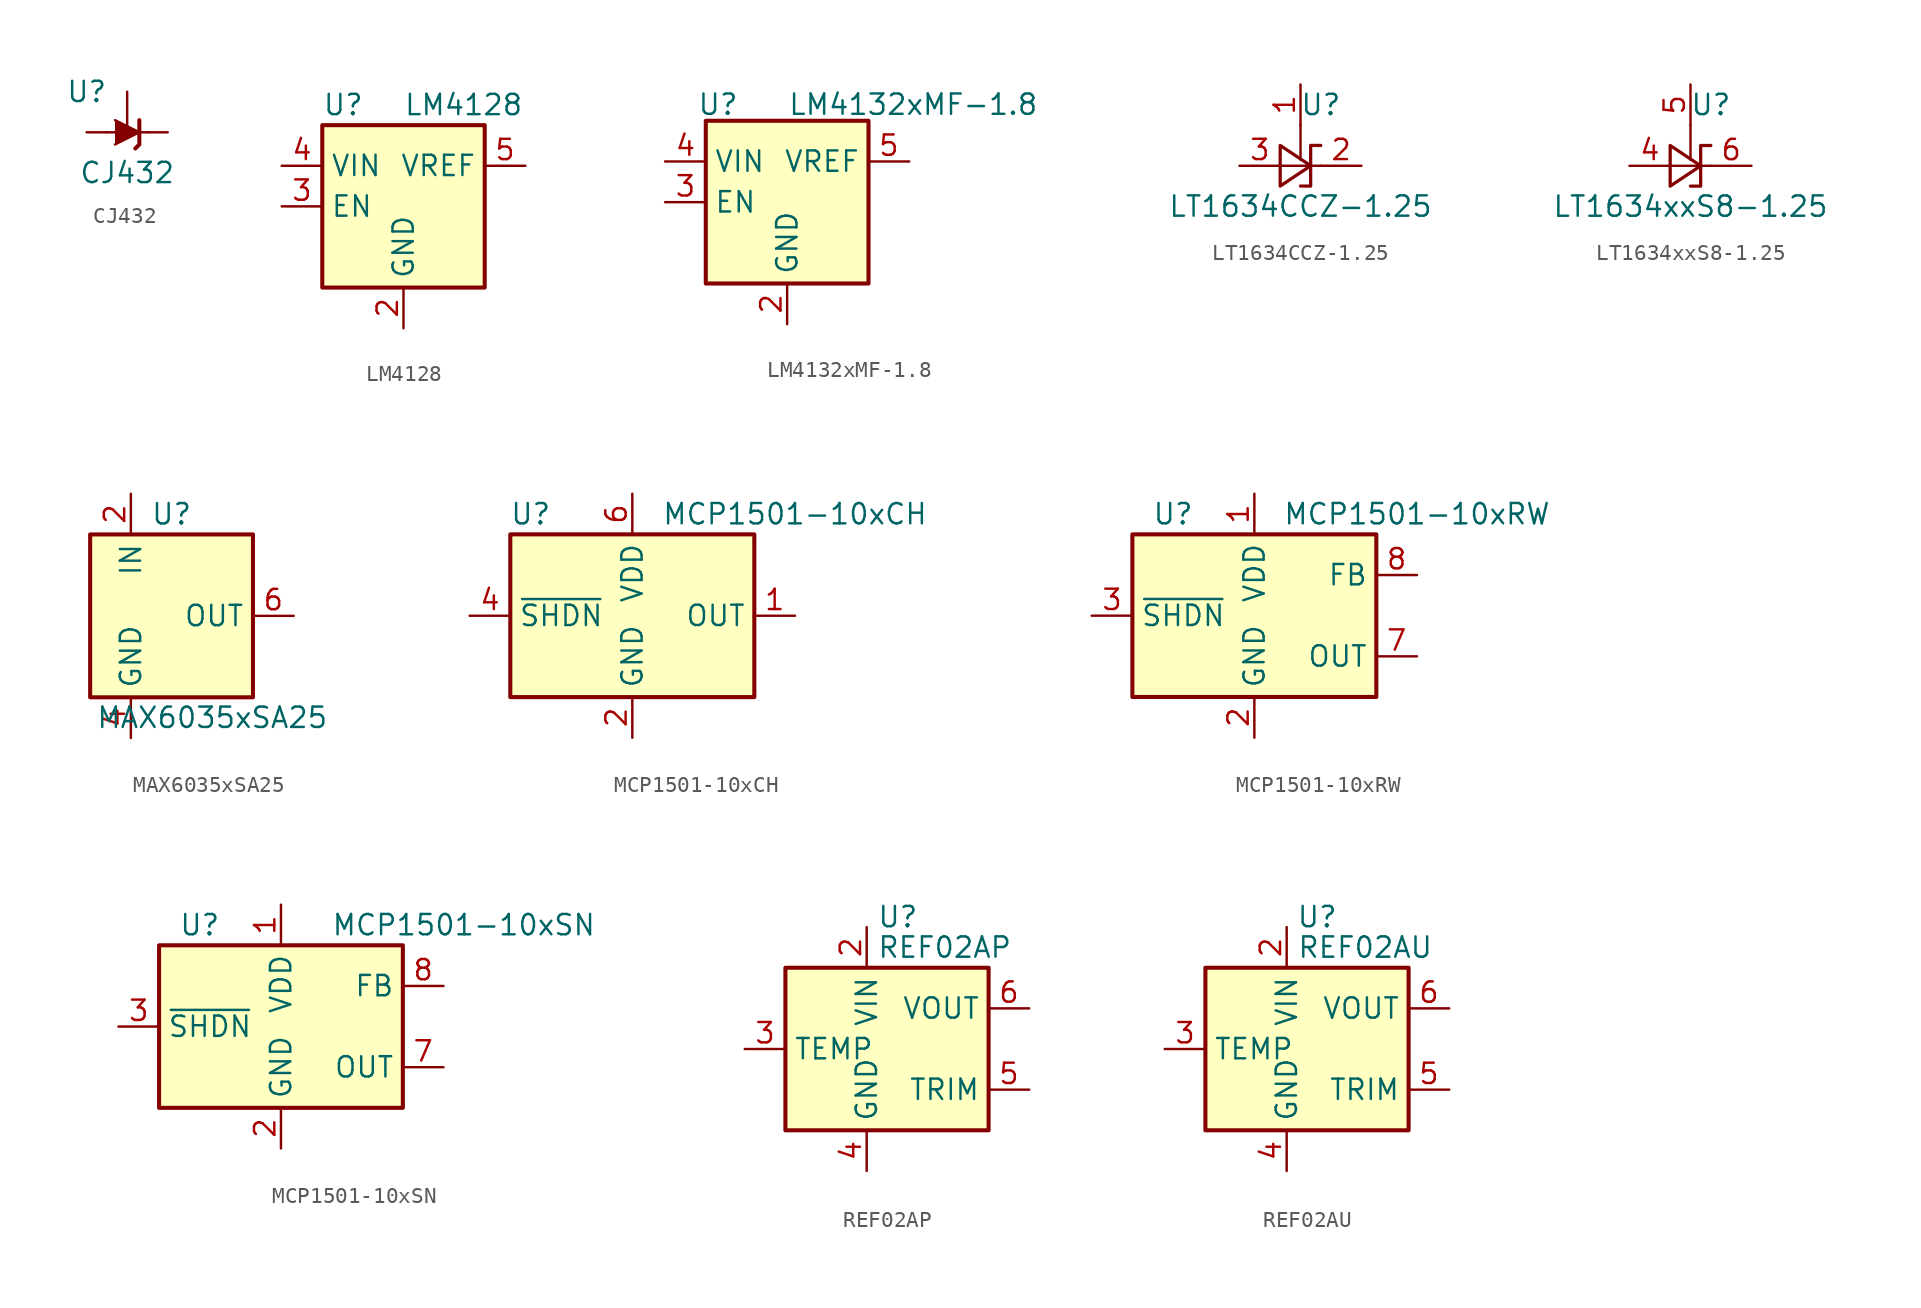
<source format=kicad_sym>
(kicad_symbol_lib
  (version 20201005)
  (generator kicad_symbol_editor)
  (symbol "CJ432"
    (pin_numbers hide)
    (pin_names hide)
    (property "Reference" "U"
      (at -2.54 2.54 0)
      (effects (font (size 1.27 1.27))))
    (property "Value" "CJ432"
      (at 0 -2.54 0)
      (effects (font (size 1.27 1.27))))
    (symbol "CJ432_0_1"
      (polyline (pts (xy -1.27 0) (xy 0 0) (xy 1.27 0)) (stroke (width 0)) (fill (type none)))
      (polyline (pts (xy 0.508 -1.016) (xy 0.762 -0.762) (xy 0.762 0.762) (xy 0.762 0.762)) (stroke (width 0.254)) (fill (type none)))
      (polyline (pts (xy -0.762 0.762) (xy 0.762 0) (xy -0.762 -0.762)) (stroke (width 0)) (fill (type outline))))
    (symbol "CJ432_1_1"
      (pin passive line (at 0 2.54 270) (length 2.54) (name "REF" (effects (font (size 1.27 1.27)))) (number "1" (effects (font (size 1.27 1.27)))))
      (pin passive line (at 2.54 0 180) (length 1.27) (name "K" (effects (font (size 1.27 1.27)))) (number "2" (effects (font (size 1.27 1.27)))))
      (pin passive line (at -2.54 0 0) (length 1.27) (name "A" (effects (font (size 1.27 1.27)))) (number "3" (effects (font (size 1.27 1.27)))))))
  (symbol "LM4128"
    (property "Reference" "U"
      (at -5.08 6.35 0)
      (effects (font (size 1.27 1.27)) (justify left)))
    (property "Value" "LM4128"
      (at 0 6.35 0)
      (effects (font (size 1.27 1.27)) (justify left)))
    (symbol "LM4128_0_1"
      (rectangle (start -5.08 5.08) (end 5.08 -5.08) (stroke (width 0.254)) (fill (type background))))
    (symbol "LM4128_1_1"
      (pin no_connect line (at 5.08 0 180) (length 2.54) hide (name "NC" (effects (font (size 1.27 1.27)))) (number "1" (effects (font (size 1.27 1.27)))))
      (pin power_in line (at 0 -7.62 90) (length 2.54) (name "GND" (effects (font (size 1.27 1.27)))) (number "2" (effects (font (size 1.27 1.27)))))
      (pin input line (at -7.62 0 0) (length 2.54) (name "EN" (effects (font (size 1.27 1.27)))) (number "3" (effects (font (size 1.27 1.27)))))
      (pin power_in line (at -7.62 2.54 0) (length 2.54) (name "VIN" (effects (font (size 1.27 1.27)))) (number "4" (effects (font (size 1.27 1.27)))))
      (pin power_out line (at 7.62 2.54 180) (length 2.54) (name "VREF" (effects (font (size 1.27 1.27)))) (number "5" (effects (font (size 1.27 1.27)))))))
  (symbol "LM4132xMF-1.8"
    (property "Reference" "U"
      (at -4.318 6.096 0)
      (effects (font (size 1.27 1.27))))
    (property "Value" "LM4132xMF-1.8"
      (at 7.874 6.096 0)
      (effects (font (size 1.27 1.27))))
    (symbol "LM4132xMF-1.8_0_1"
      (rectangle (start -5.08 5.08) (end 5.08 -5.08) (stroke (width 0.254)) (fill (type background))))
    (symbol "LM4132xMF-1.8_1_1"
      (pin no_connect line (at 5.08 0 180) (length 2.54) hide (name "NC" (effects (font (size 1.27 1.27)))) (number "1" (effects (font (size 1.27 1.27)))))
      (pin power_in line (at 0 -7.62 90) (length 2.54) (name "GND" (effects (font (size 1.27 1.27)))) (number "2" (effects (font (size 1.27 1.27)))))
      (pin input line (at -7.62 0 0) (length 2.54) (name "EN" (effects (font (size 1.27 1.27)))) (number "3" (effects (font (size 1.27 1.27)))))
      (pin power_in line (at -7.62 2.54 0) (length 2.54) (name "VIN" (effects (font (size 1.27 1.27)))) (number "4" (effects (font (size 1.27 1.27)))))
      (pin power_out line (at 7.62 2.54 180) (length 2.54) (name "VREF" (effects (font (size 1.27 1.27)))) (number "5" (effects (font (size 1.27 1.27)))))))
  (symbol "LT1634CCZ-1.25"
    (pin_names hide)
    (property "Reference" "U"
      (at 1.27 3.81 0)
      (effects (font (size 1.27 1.27))))
    (property "Value" "LT1634CCZ-1.25"
      (at 0 -2.54 0)
      (effects (font (size 1.27 1.27))))
    (symbol "LT1634CCZ-1.25_1_1"
      (polyline (pts (xy 0 2.54) (xy 0 0.381)) (stroke (width 0)) (fill (type none)))
      (polyline (pts (xy -1.27 0) (xy 0 0) (xy 1.27 0)) (stroke (width 0)) (fill (type none)))
      (polyline (pts (xy -1.27 -1.27) (xy 0.635 0) (xy -1.27 1.27) (xy -1.27 -1.27)) (stroke (width 0.203)) (fill (type none)))
      (polyline (pts (xy 0 -1.27) (xy 0.635 -1.27) (xy 0.635 1.27) (xy 1.27 1.27)) (stroke (width 0.203)) (fill (type none)))
      (pin input line (at 0 5.08 270) (length 2.54) (name "Test" (effects (font (size 1.27 1.27)))) (number "1" (effects (font (size 1.27 1.27)))))
      (pin passive line (at 3.81 0 180) (length 2.54) (name "K" (effects (font (size 1.27 1.27)))) (number "2" (effects (font (size 1.27 1.27)))))
      (pin passive line (at -3.81 0 0) (length 2.54) (name "A" (effects (font (size 1.27 1.27)))) (number "3" (effects (font (size 1.27 1.27)))))))
  (symbol "LT1634xxS8-1.25"
    (pin_names hide)
    (property "Reference" "U"
      (at 1.27 3.81 0)
      (effects (font (size 1.27 1.27))))
    (property "Value" "LT1634xxS8-1.25"
      (at 0 -2.54 0)
      (effects (font (size 1.27 1.27))))
    (symbol "LT1634xxS8-1.25_1_1"
      (polyline (pts (xy 0 2.54) (xy 0 0.381)) (stroke (width 0)) (fill (type none)))
      (polyline (pts (xy -1.27 0) (xy 0 0) (xy 1.27 0)) (stroke (width 0)) (fill (type none)))
      (polyline (pts (xy -1.27 -1.27) (xy 0.635 0) (xy -1.27 1.27) (xy -1.27 -1.27)) (stroke (width 0.203)) (fill (type none)))
      (polyline (pts (xy 0 -1.27) (xy 0.635 -1.27) (xy 0.635 1.27) (xy 1.27 1.27)) (stroke (width 0.203)) (fill (type none)))
      (pin passive line (at -3.81 0 0) (length 2.54) (name "A" (effects (font (size 1.27 1.27)))) (number "4" (effects (font (size 1.27 1.27)))))
      (pin input line (at 0 5.08 270) (length 2.54) (name "Test" (effects (font (size 1.27 1.27)))) (number "5" (effects (font (size 1.27 1.27)))))
      (pin passive line (at 3.81 0 180) (length 2.54) (name "K" (effects (font (size 1.27 1.27)))) (number "6" (effects (font (size 1.27 1.27)))))))
  (symbol "MAX6035xSA25"
    (property "Reference" "U"
      (at 0 6.35 0)
      (effects (font (size 1.27 1.27))))
    (property "Value" "MAX6035xSA25"
      (at 2.54 -6.35 0)
      (effects (font (size 1.27 1.27))))
    (symbol "MAX6035xSA25_0_0"
      (pin no_connect line (at -5.08 0 0) (length 2.54) hide (name "NC" (effects (font (size 1.27 1.27)))) (number "3" (effects (font (size 1.27 1.27)))))
      (pin no_connect line (at 5.08 2.54 180) (length 2.54) hide (name "NC" (effects (font (size 1.27 1.27)))) (number "7" (effects (font (size 1.27 1.27)))))
      (pin no_connect line (at 5.08 -2.54 180) (length 2.54) hide (name "NC" (effects (font (size 1.27 1.27)))) (number "8" (effects (font (size 1.27 1.27))))))
    (symbol "MAX6035xSA25_0_1"
      (rectangle (start -5.08 5.08) (end 5.08 -5.08) (stroke (width 0.254)) (fill (type background))))
    (symbol "MAX6035xSA25_1_1"
      (pin no_connect line (at -5.08 2.54 0) (length 2.54) hide (name "NC" (effects (font (size 1.27 1.27)))) (number "1" (effects (font (size 1.27 1.27)))))
      (pin power_in line (at -2.54 7.62 270) (length 2.54) (name "IN" (effects (font (size 1.27 1.27)))) (number "2" (effects (font (size 1.27 1.27)))))
      (pin power_in line (at -2.54 -7.62 90) (length 2.54) (name "GND" (effects (font (size 1.27 1.27)))) (number "4" (effects (font (size 1.27 1.27)))))
      (pin no_connect line (at -5.08 -2.54 0) (length 2.54) hide (name "NC" (effects (font (size 1.27 1.27)))) (number "5" (effects (font (size 1.27 1.27)))))
      (pin power_out line (at 7.62 0 180) (length 2.54) (name "OUT" (effects (font (size 1.27 1.27)))) (number "6" (effects (font (size 1.27 1.27)))))))
  (symbol "MCP1501-10xCH"
    (property "Reference" "U"
      (at -6.35 6.35 0)
      (effects (font (size 1.27 1.27))))
    (property "Value" "MCP1501-10xCH"
      (at 10.16 6.35 0)
      (effects (font (size 1.27 1.27))))
    (symbol "MCP1501-10xCH_0_0"
      (pin power_out line (at 10.16 0 180) (length 2.54) (name "OUT" (effects (font (size 1.27 1.27)))) (number "1" (effects (font (size 1.27 1.27)))))
      (pin power_in line (at 0 -7.62 90) (length 2.54) (name "GND" (effects (font (size 1.27 1.27)))) (number "2" (effects (font (size 1.27 1.27)))))
      (pin passive line (at 0 -7.62 90) (length 2.54) hide (name "GND" (effects (font (size 1.27 1.27)))) (number "3" (effects (font (size 1.27 1.27)))))
      (pin input line (at -10.16 0 0) (length 2.54) (name "~SHDN" (effects (font (size 1.27 1.27)))) (number "4" (effects (font (size 1.27 1.27)))))
      (pin passive line (at 0 -7.62 90) (length 2.54) hide (name "GND" (effects (font (size 1.27 1.27)))) (number "5" (effects (font (size 1.27 1.27)))))
      (pin power_in line (at 0 7.62 270) (length 2.54) (name "VDD" (effects (font (size 1.27 1.27)))) (number "6" (effects (font (size 1.27 1.27))))))
    (symbol "MCP1501-10xCH_0_1"
      (rectangle (start -7.62 5.08) (end 7.62 -5.08) (stroke (width 0.254)) (fill (type background)))))
  (symbol "MCP1501-10xRW"
    (property "Reference" "U"
      (at -5.08 6.35 0)
      (effects (font (size 1.27 1.27))))
    (property "Value" "MCP1501-10xRW"
      (at 10.16 6.35 0)
      (effects (font (size 1.27 1.27))))
    (symbol "MCP1501-10xRW_0_0"
      (pin power_in line (at 0 7.62 270) (length 2.54) (name "VDD" (effects (font (size 1.27 1.27)))) (number "1" (effects (font (size 1.27 1.27)))))
      (pin power_in line (at 0 -7.62 90) (length 2.54) (name "GND" (effects (font (size 1.27 1.27)))) (number "2" (effects (font (size 1.27 1.27)))))
      (pin input line (at -10.16 0 0) (length 2.54) (name "~SHDN" (effects (font (size 1.27 1.27)))) (number "3" (effects (font (size 1.27 1.27)))))
      (pin passive line (at 0 -7.62 90) (length 2.54) hide (name "GND" (effects (font (size 1.27 1.27)))) (number "4" (effects (font (size 1.27 1.27)))))
      (pin passive line (at 0 -7.62 90) (length 2.54) hide (name "GND" (effects (font (size 1.27 1.27)))) (number "5" (effects (font (size 1.27 1.27)))))
      (pin passive line (at 0 -7.62 90) (length 2.54) hide (name "GND" (effects (font (size 1.27 1.27)))) (number "6" (effects (font (size 1.27 1.27)))))
      (pin power_out line (at 10.16 -2.54 180) (length 2.54) (name "OUT" (effects (font (size 1.27 1.27)))) (number "7" (effects (font (size 1.27 1.27)))))
      (pin input line (at 10.16 2.54 180) (length 2.54) (name "FB" (effects (font (size 1.27 1.27)))) (number "8" (effects (font (size 1.27 1.27))))))
    (symbol "MCP1501-10xRW_0_1"
      (rectangle (start -7.62 5.08) (end 7.62 -5.08) (stroke (width 0.254)) (fill (type background)))))
  (symbol "MCP1501-10xSN"
    (property "Reference" "U"
      (at -5.08 6.35 0)
      (effects (font (size 1.27 1.27))))
    (property "Value" "MCP1501-10xSN"
      (at 11.43 6.35 0)
      (effects (font (size 1.27 1.27))))
    (symbol "MCP1501-10xSN_0_0"
      (pin power_in line (at 0 7.62 270) (length 2.54) (name "VDD" (effects (font (size 1.27 1.27)))) (number "1" (effects (font (size 1.27 1.27)))))
      (pin power_in line (at 0 -7.62 90) (length 2.54) (name "GND" (effects (font (size 1.27 1.27)))) (number "2" (effects (font (size 1.27 1.27)))))
      (pin input line (at -10.16 0 0) (length 2.54) (name "~SHDN" (effects (font (size 1.27 1.27)))) (number "3" (effects (font (size 1.27 1.27)))))
      (pin passive line (at 0 -7.62 90) (length 2.54) hide (name "GND" (effects (font (size 1.27 1.27)))) (number "4" (effects (font (size 1.27 1.27)))))
      (pin passive line (at 0 -7.62 90) (length 2.54) hide (name "GND" (effects (font (size 1.27 1.27)))) (number "5" (effects (font (size 1.27 1.27)))))
      (pin passive line (at 0 -7.62 90) (length 2.54) hide (name "GND" (effects (font (size 1.27 1.27)))) (number "6" (effects (font (size 1.27 1.27)))))
      (pin power_out line (at 10.16 -2.54 180) (length 2.54) (name "OUT" (effects (font (size 1.27 1.27)))) (number "7" (effects (font (size 1.27 1.27)))))
      (pin input line (at 10.16 2.54 180) (length 2.54) (name "FB" (effects (font (size 1.27 1.27)))) (number "8" (effects (font (size 1.27 1.27))))))
    (symbol "MCP1501-10xSN_0_1"
      (rectangle (start -7.62 5.08) (end 7.62 -5.08) (stroke (width 0.254)) (fill (type background)))))
  (symbol "REF02AP"
    (property "Reference" "U"
      (at 0.635 8.255 0)
      (effects (font (size 1.27 1.27)) (justify left)))
    (property "Value" "REF02AP"
      (at 0.635 6.35 0)
      (effects (font (size 1.27 1.27)) (justify left)))
    (symbol "REF02AP_0_1"
      (rectangle (start -5.08 5.08) (end 7.62 -5.08) (stroke (width 0.254)) (fill (type background))))
    (symbol "REF02AP_1_1"
      (pin no_connect line (at 2.54 -5.08 90) (length 2.54) hide (name "NC" (effects (font (size 1.27 1.27)))) (number "1" (effects (font (size 1.27 1.27)))))
      (pin power_in line (at 0 7.62 270) (length 2.54) (name "VIN" (effects (font (size 1.27 1.27)))) (number "2" (effects (font (size 1.27 1.27)))))
      (pin passive line (at -7.62 0 0) (length 2.54) (name "TEMP" (effects (font (size 1.27 1.27)))) (number "3" (effects (font (size 1.27 1.27)))))
      (pin power_in line (at 0 -7.62 90) (length 2.54) (name "GND" (effects (font (size 1.27 1.27)))) (number "4" (effects (font (size 1.27 1.27)))))
      (pin passive line (at 10.16 -2.54 180) (length 2.54) (name "TRIM" (effects (font (size 1.27 1.27)))) (number "5" (effects (font (size 1.27 1.27)))))
      (pin power_out line (at 10.16 2.54 180) (length 2.54) (name "VOUT" (effects (font (size 1.27 1.27)))) (number "6" (effects (font (size 1.27 1.27)))))
      (pin no_connect line (at -2.54 -5.08 90) (length 2.54) hide (name "NC" (effects (font (size 1.27 1.27)))) (number "7" (effects (font (size 1.27 1.27)))))
      (pin no_connect line (at 7.62 0 180) (length 2.54) hide (name "NC" (effects (font (size 1.27 1.27)))) (number "8" (effects (font (size 1.27 1.27)))))))
  (symbol "REF02AU"
    (property "Reference" "U"
      (at 1.905 8.255 0)
      (effects (font (size 1.27 1.27))))
    (property "Value" "REF02AU"
      (at 0.635 6.35 0)
      (effects (font (size 1.27 1.27)) (justify left)))
    (symbol "REF02AU_0_1"
      (rectangle (start -5.08 5.08) (end 7.62 -5.08) (stroke (width 0.254)) (fill (type background))))
    (symbol "REF02AU_1_1"
      (pin no_connect line (at 2.54 -5.08 90) (length 2.54) hide (name "NC" (effects (font (size 1.27 1.27)))) (number "1" (effects (font (size 1.27 1.27)))))
      (pin power_in line (at 0 7.62 270) (length 2.54) (name "VIN" (effects (font (size 1.27 1.27)))) (number "2" (effects (font (size 1.27 1.27)))))
      (pin passive line (at -7.62 0 0) (length 2.54) (name "TEMP" (effects (font (size 1.27 1.27)))) (number "3" (effects (font (size 1.27 1.27)))))
      (pin power_in line (at 0 -7.62 90) (length 2.54) (name "GND" (effects (font (size 1.27 1.27)))) (number "4" (effects (font (size 1.27 1.27)))))
      (pin passive line (at 10.16 -2.54 180) (length 2.54) (name "TRIM" (effects (font (size 1.27 1.27)))) (number "5" (effects (font (size 1.27 1.27)))))
      (pin power_out line (at 10.16 2.54 180) (length 2.54) (name "VOUT" (effects (font (size 1.27 1.27)))) (number "6" (effects (font (size 1.27 1.27)))))
      (pin no_connect line (at -2.54 -5.08 90) (length 2.54) hide (name "NC" (effects (font (size 1.27 1.27)))) (number "7" (effects (font (size 1.27 1.27)))))
      (pin no_connect line (at 7.62 0 180) (length 2.54) hide (name "NC" (effects (font (size 1.27 1.27)))) (number "8" (effects (font (size 1.27 1.27))))))))
</source>
